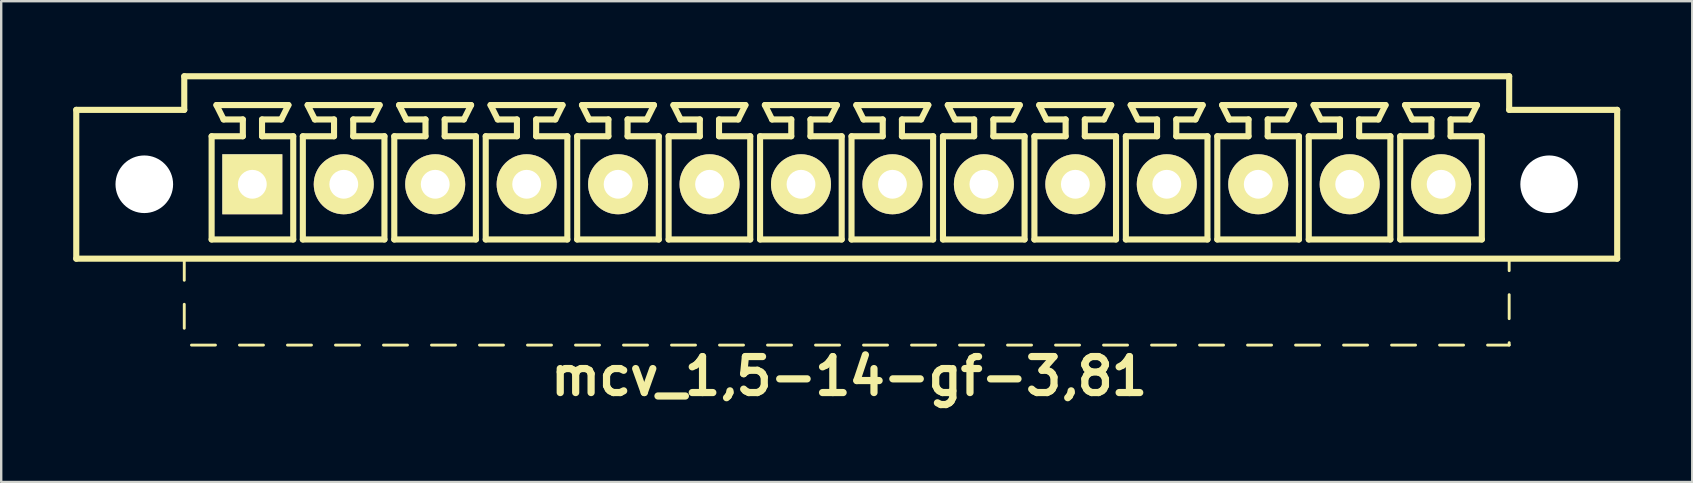
<source format=kicad_pcb>
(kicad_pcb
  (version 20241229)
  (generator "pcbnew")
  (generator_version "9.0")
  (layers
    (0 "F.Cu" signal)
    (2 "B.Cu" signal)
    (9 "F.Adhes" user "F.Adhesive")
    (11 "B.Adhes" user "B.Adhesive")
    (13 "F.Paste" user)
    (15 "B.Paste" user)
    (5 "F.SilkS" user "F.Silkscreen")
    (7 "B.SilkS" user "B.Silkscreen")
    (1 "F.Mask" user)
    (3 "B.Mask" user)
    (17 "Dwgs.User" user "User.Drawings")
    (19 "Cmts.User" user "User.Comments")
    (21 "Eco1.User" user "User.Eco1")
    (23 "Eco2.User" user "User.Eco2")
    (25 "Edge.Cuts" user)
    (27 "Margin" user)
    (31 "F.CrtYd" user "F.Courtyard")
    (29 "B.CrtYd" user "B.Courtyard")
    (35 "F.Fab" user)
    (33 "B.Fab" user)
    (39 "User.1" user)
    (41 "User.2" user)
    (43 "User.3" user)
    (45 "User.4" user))
  (footprint "mcv_1,5-14-gf-3,81"
    (layer "F.Cu")
    (at 32.227 4.627)
    (property "Reference" "mcv_1,5-14-gf-3,81" (at 0.1 8 0) (layer "F.SilkS") (effects (font (size 1.5 1.5) (thickness 0.3))))
    (attr through_hole)
    (fp_line (start -32.1 3.1) (end -32.1 -3.1) (stroke (width 0.254) (type solid)) (layer "F.SilkS"))
    (fp_line (start -32.1 3.1) (end 32.1 3.1) (stroke (width 0.254) (type solid)) (layer "F.SilkS"))
    (fp_line (start -27.6 -4.5) (end -27.6 -3.1) (stroke (width 0.254) (type solid)) (layer "F.SilkS"))
    (fp_line (start -27.6 -4.5) (end 27.6 -4.5) (stroke (width 0.254) (type solid)) (layer "F.SilkS"))
    (fp_line (start -27.6 -3.1) (end -32.1 -3.1) (stroke (width 0.254) (type solid)) (layer "F.SilkS"))
    (fp_line (start -27.6 3.1) (end -27.6 4) (stroke (width 0.12) (type solid)) (layer "F.SilkS"))
    (fp_line (start -27.6 5) (end -27.6 6) (stroke (width 0.12) (type solid)) (layer "F.SilkS"))
    (fp_line (start -27.3 6.7) (end -26.3 6.7) (stroke (width 0.12) (type solid)) (layer "F.SilkS"))
    (fp_line (start -26.46 -2) (end -25.16 -2) (stroke (width 0.254) (type solid)) (layer "F.SilkS"))
    (fp_line (start -26.46 2.3) (end -26.46 -2) (stroke (width 0.254) (type solid)) (layer "F.SilkS"))
    (fp_line (start -26.26 -3.3) (end -23.26 -3.3) (stroke (width 0.254) (type solid)) (layer "F.SilkS"))
    (fp_line (start -25.96 -2.7) (end -26.26 -3.3) (stroke (width 0.254) (type solid)) (layer "F.SilkS"))
    (fp_line (start -25.3 6.7) (end -24.3 6.7) (stroke (width 0.12) (type solid)) (layer "F.SilkS"))
    (fp_line (start -25.16 -2.7) (end -25.96 -2.7) (stroke (width 0.254) (type solid)) (layer "F.SilkS"))
    (fp_line (start -25.16 -2) (end -25.16 -2.7) (stroke (width 0.254) (type solid)) (layer "F.SilkS"))
    (fp_line (start -24.36 -2.7) (end -24.36 -2) (stroke (width 0.254) (type solid)) (layer "F.SilkS"))
    (fp_line (start -24.36 -2) (end -23.06 -2) (stroke (width 0.254) (type solid)) (layer "F.SilkS"))
    (fp_line (start -23.56 -2.7) (end -24.36 -2.7) (stroke (width 0.254) (type solid)) (layer "F.SilkS"))
    (fp_line (start -23.56 -2.7) (end -23.26 -3.3) (stroke (width 0.254) (type solid)) (layer "F.SilkS"))
    (fp_line (start -23.3 6.7) (end -22.3 6.7) (stroke (width 0.12) (type solid)) (layer "F.SilkS"))
    (fp_line (start -23.06 -2) (end -23.06 2.3) (stroke (width 0.254) (type solid)) (layer "F.SilkS"))
    (fp_line (start -23.06 2.3) (end -26.46 2.3) (stroke (width 0.254) (type solid)) (layer "F.SilkS"))
    (fp_line (start -22.66 -2) (end -21.36 -2) (stroke (width 0.254) (type solid)) (layer "F.SilkS"))
    (fp_line (start -22.66 2.3) (end -22.66 -2) (stroke (width 0.254) (type solid)) (layer "F.SilkS"))
    (fp_line (start -22.46 -3.3) (end -19.46 -3.3) (stroke (width 0.254) (type solid)) (layer "F.SilkS"))
    (fp_line (start -22.16 -2.7) (end -22.46 -3.3) (stroke (width 0.254) (type solid)) (layer "F.SilkS"))
    (fp_line (start -21.36 -2.7) (end -22.16 -2.7) (stroke (width 0.254) (type solid)) (layer "F.SilkS"))
    (fp_line (start -21.36 -2) (end -21.36 -2.7) (stroke (width 0.254) (type solid)) (layer "F.SilkS"))
    (fp_line (start -21.3 6.7) (end -20.3 6.7) (stroke (width 0.12) (type solid)) (layer "F.SilkS"))
    (fp_line (start -20.56 -2.7) (end -20.56 -2) (stroke (width 0.254) (type solid)) (layer "F.SilkS"))
    (fp_line (start -20.56 -2) (end -19.26 -2) (stroke (width 0.254) (type solid)) (layer "F.SilkS"))
    (fp_line (start -19.76 -2.7) (end -20.56 -2.7) (stroke (width 0.254) (type solid)) (layer "F.SilkS"))
    (fp_line (start -19.76 -2.7) (end -19.46 -3.3) (stroke (width 0.254) (type solid)) (layer "F.SilkS"))
    (fp_line (start -19.3 6.7) (end -18.3 6.7) (stroke (width 0.12) (type solid)) (layer "F.SilkS"))
    (fp_line (start -19.26 -2) (end -19.26 2.3) (stroke (width 0.254) (type solid)) (layer "F.SilkS"))
    (fp_line (start -19.26 2.3) (end -22.66 2.3) (stroke (width 0.254) (type solid)) (layer "F.SilkS"))
    (fp_line (start -18.85 -2) (end -17.55 -2) (stroke (width 0.254) (type solid)) (layer "F.SilkS"))
    (fp_line (start -18.85 2.3) (end -18.85 -2) (stroke (width 0.254) (type solid)) (layer "F.SilkS"))
    (fp_line (start -18.65 -3.3) (end -15.65 -3.3) (stroke (width 0.254) (type solid)) (layer "F.SilkS"))
    (fp_line (start -18.35 -2.7) (end -18.65 -3.3) (stroke (width 0.254) (type solid)) (layer "F.SilkS"))
    (fp_line (start -17.55 -2.7) (end -18.35 -2.7) (stroke (width 0.254) (type solid)) (layer "F.SilkS"))
    (fp_line (start -17.55 -2) (end -17.55 -2.7) (stroke (width 0.254) (type solid)) (layer "F.SilkS"))
    (fp_line (start -17.3 6.7) (end -16.3 6.7) (stroke (width 0.12) (type solid)) (layer "F.SilkS"))
    (fp_line (start -16.75 -2.7) (end -16.75 -2) (stroke (width 0.254) (type solid)) (layer "F.SilkS"))
    (fp_line (start -16.75 -2) (end -15.45 -2) (stroke (width 0.254) (type solid)) (layer "F.SilkS"))
    (fp_line (start -15.95 -2.7) (end -16.75 -2.7) (stroke (width 0.254) (type solid)) (layer "F.SilkS"))
    (fp_line (start -15.95 -2.7) (end -15.65 -3.3) (stroke (width 0.254) (type solid)) (layer "F.SilkS"))
    (fp_line (start -15.45 -2) (end -15.45 2.3) (stroke (width 0.254) (type solid)) (layer "F.SilkS"))
    (fp_line (start -15.45 2.3) (end -18.85 2.3) (stroke (width 0.254) (type solid)) (layer "F.SilkS"))
    (fp_line (start -15.3 6.7) (end -14.3 6.7) (stroke (width 0.12) (type solid)) (layer "F.SilkS"))
    (fp_line (start -15.04 -2) (end -13.74 -2) (stroke (width 0.254) (type solid)) (layer "F.SilkS"))
    (fp_line (start -15.04 2.3) (end -15.04 -2) (stroke (width 0.254) (type solid)) (layer "F.SilkS"))
    (fp_line (start -14.84 -3.3) (end -11.84 -3.3) (stroke (width 0.254) (type solid)) (layer "F.SilkS"))
    (fp_line (start -14.54 -2.7) (end -14.84 -3.3) (stroke (width 0.254) (type solid)) (layer "F.SilkS"))
    (fp_line (start -13.74 -2.7) (end -14.54 -2.7) (stroke (width 0.254) (type solid)) (layer "F.SilkS"))
    (fp_line (start -13.74 -2) (end -13.74 -2.7) (stroke (width 0.254) (type solid)) (layer "F.SilkS"))
    (fp_line (start -13.3 6.7) (end -12.3 6.7) (stroke (width 0.12) (type solid)) (layer "F.SilkS"))
    (fp_line (start -12.94 -2.7) (end -12.94 -2) (stroke (width 0.254) (type solid)) (layer "F.SilkS"))
    (fp_line (start -12.94 -2) (end -11.64 -2) (stroke (width 0.254) (type solid)) (layer "F.SilkS"))
    (fp_line (start -12.14 -2.7) (end -12.94 -2.7) (stroke (width 0.254) (type solid)) (layer "F.SilkS"))
    (fp_line (start -12.14 -2.7) (end -11.84 -3.3) (stroke (width 0.254) (type solid)) (layer "F.SilkS"))
    (fp_line (start -11.64 -2) (end -11.64 2.3) (stroke (width 0.254) (type solid)) (layer "F.SilkS"))
    (fp_line (start -11.64 2.3) (end -15.04 2.3) (stroke (width 0.254) (type solid)) (layer "F.SilkS"))
    (fp_line (start -11.3 6.7) (end -10.3 6.7) (stroke (width 0.12) (type solid)) (layer "F.SilkS"))
    (fp_line (start -11.23 -2) (end -9.93 -2) (stroke (width 0.254) (type solid)) (layer "F.SilkS"))
    (fp_line (start -11.23 2.3) (end -11.23 -2) (stroke (width 0.254) (type solid)) (layer "F.SilkS"))
    (fp_line (start -11.03 -3.3) (end -8.03 -3.3) (stroke (width 0.254) (type solid)) (layer "F.SilkS"))
    (fp_line (start -10.73 -2.7) (end -11.03 -3.3) (stroke (width 0.254) (type solid)) (layer "F.SilkS"))
    (fp_line (start -9.93 -2.7) (end -10.73 -2.7) (stroke (width 0.254) (type solid)) (layer "F.SilkS"))
    (fp_line (start -9.93 -2) (end -9.93 -2.7) (stroke (width 0.254) (type solid)) (layer "F.SilkS"))
    (fp_line (start -9.3 6.7) (end -8.3 6.7) (stroke (width 0.12) (type solid)) (layer "F.SilkS"))
    (fp_line (start -9.13 -2.7) (end -9.13 -2) (stroke (width 0.254) (type solid)) (layer "F.SilkS"))
    (fp_line (start -9.13 -2) (end -7.83 -2) (stroke (width 0.254) (type solid)) (layer "F.SilkS"))
    (fp_line (start -8.33 -2.7) (end -9.13 -2.7) (stroke (width 0.254) (type solid)) (layer "F.SilkS"))
    (fp_line (start -8.33 -2.7) (end -8.03 -3.3) (stroke (width 0.254) (type solid)) (layer "F.SilkS"))
    (fp_line (start -7.83 -2) (end -7.83 2.3) (stroke (width 0.254) (type solid)) (layer "F.SilkS"))
    (fp_line (start -7.83 2.3) (end -11.23 2.3) (stroke (width 0.254) (type solid)) (layer "F.SilkS"))
    (fp_line (start -7.42 -2) (end -6.12 -2) (stroke (width 0.254) (type solid)) (layer "F.SilkS"))
    (fp_line (start -7.42 2.3) (end -7.42 -2) (stroke (width 0.254) (type solid)) (layer "F.SilkS"))
    (fp_line (start -7.3 6.7) (end -6.3 6.7) (stroke (width 0.12) (type solid)) (layer "F.SilkS"))
    (fp_line (start -7.22 -3.3) (end -4.22 -3.3) (stroke (width 0.254) (type solid)) (layer "F.SilkS"))
    (fp_line (start -6.92 -2.7) (end -7.22 -3.3) (stroke (width 0.254) (type solid)) (layer "F.SilkS"))
    (fp_line (start -6.12 -2.7) (end -6.92 -2.7) (stroke (width 0.254) (type solid)) (layer "F.SilkS"))
    (fp_line (start -6.12 -2) (end -6.12 -2.7) (stroke (width 0.254) (type solid)) (layer "F.SilkS"))
    (fp_line (start -5.32 -2.7) (end -5.32 -2) (stroke (width 0.254) (type solid)) (layer "F.SilkS"))
    (fp_line (start -5.32 -2) (end -4.02 -2) (stroke (width 0.254) (type solid)) (layer "F.SilkS"))
    (fp_line (start -5.3 6.7) (end -4.3 6.7) (stroke (width 0.12) (type solid)) (layer "F.SilkS"))
    (fp_line (start -4.52 -2.7) (end -5.32 -2.7) (stroke (width 0.254) (type solid)) (layer "F.SilkS"))
    (fp_line (start -4.52 -2.7) (end -4.22 -3.3) (stroke (width 0.254) (type solid)) (layer "F.SilkS"))
    (fp_line (start -4.02 -2) (end -4.02 2.3) (stroke (width 0.254) (type solid)) (layer "F.SilkS"))
    (fp_line (start -4.02 2.3) (end -7.42 2.3) (stroke (width 0.254) (type solid)) (layer "F.SilkS"))
    (fp_line (start -3.61 -2) (end -2.31 -2) (stroke (width 0.254) (type solid)) (layer "F.SilkS"))
    (fp_line (start -3.61 2.3) (end -3.61 -2) (stroke (width 0.254) (type solid)) (layer "F.SilkS"))
    (fp_line (start -3.41 -3.3) (end -0.41 -3.3) (stroke (width 0.254) (type solid)) (layer "F.SilkS"))
    (fp_line (start -3.3 6.7) (end -2.3 6.7) (stroke (width 0.12) (type solid)) (layer "F.SilkS"))
    (fp_line (start -3.11 -2.7) (end -3.41 -3.3) (stroke (width 0.254) (type solid)) (layer "F.SilkS"))
    (fp_line (start -2.31 -2.7) (end -3.11 -2.7) (stroke (width 0.254) (type solid)) (layer "F.SilkS"))
    (fp_line (start -2.31 -2) (end -2.31 -2.7) (stroke (width 0.254) (type solid)) (layer "F.SilkS"))
    (fp_line (start -1.51 -2.7) (end -1.51 -2) (stroke (width 0.254) (type solid)) (layer "F.SilkS"))
    (fp_line (start -1.51 -2) (end -0.21 -2) (stroke (width 0.254) (type solid)) (layer "F.SilkS"))
    (fp_line (start -1.3 6.7) (end -0.3 6.7) (stroke (width 0.12) (type solid)) (layer "F.SilkS"))
    (fp_line (start -0.71 -2.7) (end -1.51 -2.7) (stroke (width 0.254) (type solid)) (layer "F.SilkS"))
    (fp_line (start -0.71 -2.7) (end -0.41 -3.3) (stroke (width 0.254) (type solid)) (layer "F.SilkS"))
    (fp_line (start -0.21 -2) (end -0.21 2.3) (stroke (width 0.254) (type solid)) (layer "F.SilkS"))
    (fp_line (start -0.21 2.3) (end -3.61 2.3) (stroke (width 0.254) (type solid)) (layer "F.SilkS"))
    (fp_line (start 0.2 -2) (end 1.5 -2) (stroke (width 0.254) (type solid)) (layer "F.SilkS"))
    (fp_line (start 0.2 2.3) (end 0.2 -2) (stroke (width 0.254) (type solid)) (layer "F.SilkS"))
    (fp_line (start 0.4 -3.3) (end 3.4 -3.3) (stroke (width 0.254) (type solid)) (layer "F.SilkS"))
    (fp_line (start 0.7 -2.7) (end 0.4 -3.3) (stroke (width 0.254) (type solid)) (layer "F.SilkS"))
    (fp_line (start 0.7 6.7) (end 1.7 6.7) (stroke (width 0.12) (type solid)) (layer "F.SilkS"))
    (fp_line (start 1.5 -2.7) (end 0.7 -2.7) (stroke (width 0.254) (type solid)) (layer "F.SilkS"))
    (fp_line (start 1.5 -2) (end 1.5 -2.7) (stroke (width 0.254) (type solid)) (layer "F.SilkS"))
    (fp_line (start 2.3 -2.7) (end 2.3 -2) (stroke (width 0.254) (type solid)) (layer "F.SilkS"))
    (fp_line (start 2.3 -2) (end 3.6 -2) (stroke (width 0.254) (type solid)) (layer "F.SilkS"))
    (fp_line (start 2.7 6.7) (end 3.7 6.7) (stroke (width 0.12) (type solid)) (layer "F.SilkS"))
    (fp_line (start 3.1 -2.7) (end 2.3 -2.7) (stroke (width 0.254) (type solid)) (layer "F.SilkS"))
    (fp_line (start 3.1 -2.7) (end 3.4 -3.3) (stroke (width 0.254) (type solid)) (layer "F.SilkS"))
    (fp_line (start 3.6 -2) (end 3.6 2.3) (stroke (width 0.254) (type solid)) (layer "F.SilkS"))
    (fp_line (start 3.6 2.3) (end 0.2 2.3) (stroke (width 0.254) (type solid)) (layer "F.SilkS"))
    (fp_line (start 4.01 -2) (end 5.31 -2) (stroke (width 0.254) (type solid)) (layer "F.SilkS"))
    (fp_line (start 4.01 2.3) (end 4.01 -2) (stroke (width 0.254) (type solid)) (layer "F.SilkS"))
    (fp_line (start 4.21 -3.3) (end 7.21 -3.3) (stroke (width 0.254) (type solid)) (layer "F.SilkS"))
    (fp_line (start 4.51 -2.7) (end 4.21 -3.3) (stroke (width 0.254) (type solid)) (layer "F.SilkS"))
    (fp_line (start 4.7 6.7) (end 5.7 6.7) (stroke (width 0.12) (type solid)) (layer "F.SilkS"))
    (fp_line (start 5.31 -2.7) (end 4.51 -2.7) (stroke (width 0.254) (type solid)) (layer "F.SilkS"))
    (fp_line (start 5.31 -2) (end 5.31 -2.7) (stroke (width 0.254) (type solid)) (layer "F.SilkS"))
    (fp_line (start 6.11 -2.7) (end 6.11 -2) (stroke (width 0.254) (type solid)) (layer "F.SilkS"))
    (fp_line (start 6.11 -2) (end 7.41 -2) (stroke (width 0.254) (type solid)) (layer "F.SilkS"))
    (fp_line (start 6.7 6.7) (end 7.7 6.7) (stroke (width 0.12) (type solid)) (layer "F.SilkS"))
    (fp_line (start 6.91 -2.7) (end 6.11 -2.7) (stroke (width 0.254) (type solid)) (layer "F.SilkS"))
    (fp_line (start 6.91 -2.7) (end 7.21 -3.3) (stroke (width 0.254) (type solid)) (layer "F.SilkS"))
    (fp_line (start 7.41 -2) (end 7.41 2.3) (stroke (width 0.254) (type solid)) (layer "F.SilkS"))
    (fp_line (start 7.41 2.3) (end 4.01 2.3) (stroke (width 0.254) (type solid)) (layer "F.SilkS"))
    (fp_line (start 7.82 -2) (end 9.12 -2) (stroke (width 0.254) (type solid)) (layer "F.SilkS"))
    (fp_line (start 7.82 2.3) (end 7.82 -2) (stroke (width 0.254) (type solid)) (layer "F.SilkS"))
    (fp_line (start 8.02 -3.3) (end 11.02 -3.3) (stroke (width 0.254) (type solid)) (layer "F.SilkS"))
    (fp_line (start 8.32 -2.7) (end 8.02 -3.3) (stroke (width 0.254) (type solid)) (layer "F.SilkS"))
    (fp_line (start 8.7 6.7) (end 9.7 6.7) (stroke (width 0.12) (type solid)) (layer "F.SilkS"))
    (fp_line (start 9.12 -2.7) (end 8.32 -2.7) (stroke (width 0.254) (type solid)) (layer "F.SilkS"))
    (fp_line (start 9.12 -2) (end 9.12 -2.7) (stroke (width 0.254) (type solid)) (layer "F.SilkS"))
    (fp_line (start 9.92 -2.7) (end 9.92 -2) (stroke (width 0.254) (type solid)) (layer "F.SilkS"))
    (fp_line (start 9.92 -2) (end 11.22 -2) (stroke (width 0.254) (type solid)) (layer "F.SilkS"))
    (fp_line (start 10.7 6.7) (end 11.7 6.7) (stroke (width 0.12) (type solid)) (layer "F.SilkS"))
    (fp_line (start 10.72 -2.7) (end 9.92 -2.7) (stroke (width 0.254) (type solid)) (layer "F.SilkS"))
    (fp_line (start 10.72 -2.7) (end 11.02 -3.3) (stroke (width 0.254) (type solid)) (layer "F.SilkS"))
    (fp_line (start 11.22 -2) (end 11.22 2.3) (stroke (width 0.254) (type solid)) (layer "F.SilkS"))
    (fp_line (start 11.22 2.3) (end 7.82 2.3) (stroke (width 0.254) (type solid)) (layer "F.SilkS"))
    (fp_line (start 11.63 -2) (end 12.93 -2) (stroke (width 0.254) (type solid)) (layer "F.SilkS"))
    (fp_line (start 11.63 2.3) (end 11.63 -2) (stroke (width 0.254) (type solid)) (layer "F.SilkS"))
    (fp_line (start 11.83 -3.3) (end 14.83 -3.3) (stroke (width 0.254) (type solid)) (layer "F.SilkS"))
    (fp_line (start 12.13 -2.7) (end 11.83 -3.3) (stroke (width 0.254) (type solid)) (layer "F.SilkS"))
    (fp_line (start 12.7 6.7) (end 13.7 6.7) (stroke (width 0.12) (type solid)) (layer "F.SilkS"))
    (fp_line (start 12.93 -2.7) (end 12.13 -2.7) (stroke (width 0.254) (type solid)) (layer "F.SilkS"))
    (fp_line (start 12.93 -2) (end 12.93 -2.7) (stroke (width 0.254) (type solid)) (layer "F.SilkS"))
    (fp_line (start 13.73 -2.7) (end 13.73 -2) (stroke (width 0.254) (type solid)) (layer "F.SilkS"))
    (fp_line (start 13.73 -2) (end 15.03 -2) (stroke (width 0.254) (type solid)) (layer "F.SilkS"))
    (fp_line (start 14.53 -2.7) (end 13.73 -2.7) (stroke (width 0.254) (type solid)) (layer "F.SilkS"))
    (fp_line (start 14.53 -2.7) (end 14.83 -3.3) (stroke (width 0.254) (type solid)) (layer "F.SilkS"))
    (fp_line (start 14.7 6.7) (end 15.7 6.7) (stroke (width 0.12) (type solid)) (layer "F.SilkS"))
    (fp_line (start 15.03 -2) (end 15.03 2.3) (stroke (width 0.254) (type solid)) (layer "F.SilkS"))
    (fp_line (start 15.03 2.3) (end 11.63 2.3) (stroke (width 0.254) (type solid)) (layer "F.SilkS"))
    (fp_line (start 15.44 -2) (end 16.74 -2) (stroke (width 0.254) (type solid)) (layer "F.SilkS"))
    (fp_line (start 15.44 2.3) (end 15.44 -2) (stroke (width 0.254) (type solid)) (layer "F.SilkS"))
    (fp_line (start 15.64 -3.3) (end 18.64 -3.3) (stroke (width 0.254) (type solid)) (layer "F.SilkS"))
    (fp_line (start 15.94 -2.7) (end 15.64 -3.3) (stroke (width 0.254) (type solid)) (layer "F.SilkS"))
    (fp_line (start 16.7 6.7) (end 17.7 6.7) (stroke (width 0.12) (type solid)) (layer "F.SilkS"))
    (fp_line (start 16.74 -2.7) (end 15.94 -2.7) (stroke (width 0.254) (type solid)) (layer "F.SilkS"))
    (fp_line (start 16.74 -2) (end 16.74 -2.7) (stroke (width 0.254) (type solid)) (layer "F.SilkS"))
    (fp_line (start 17.54 -2.7) (end 17.54 -2) (stroke (width 0.254) (type solid)) (layer "F.SilkS"))
    (fp_line (start 17.54 -2) (end 18.84 -2) (stroke (width 0.254) (type solid)) (layer "F.SilkS"))
    (fp_line (start 18.34 -2.7) (end 17.54 -2.7) (stroke (width 0.254) (type solid)) (layer "F.SilkS"))
    (fp_line (start 18.34 -2.7) (end 18.64 -3.3) (stroke (width 0.254) (type solid)) (layer "F.SilkS"))
    (fp_line (start 18.7 6.7) (end 19.7 6.7) (stroke (width 0.12) (type solid)) (layer "F.SilkS"))
    (fp_line (start 18.84 -2) (end 18.84 2.3) (stroke (width 0.254) (type solid)) (layer "F.SilkS"))
    (fp_line (start 18.84 2.3) (end 15.44 2.3) (stroke (width 0.254) (type solid)) (layer "F.SilkS"))
    (fp_line (start 19.25 -2) (end 20.55 -2) (stroke (width 0.254) (type solid)) (layer "F.SilkS"))
    (fp_line (start 19.25 2.3) (end 19.25 -2) (stroke (width 0.254) (type solid)) (layer "F.SilkS"))
    (fp_line (start 19.45 -3.3) (end 22.45 -3.3) (stroke (width 0.254) (type solid)) (layer "F.SilkS"))
    (fp_line (start 19.75 -2.7) (end 19.45 -3.3) (stroke (width 0.254) (type solid)) (layer "F.SilkS"))
    (fp_line (start 20.55 -2.7) (end 19.75 -2.7) (stroke (width 0.254) (type solid)) (layer "F.SilkS"))
    (fp_line (start 20.55 -2) (end 20.55 -2.7) (stroke (width 0.254) (type solid)) (layer "F.SilkS"))
    (fp_line (start 20.7 6.7) (end 21.7 6.7) (stroke (width 0.12) (type solid)) (layer "F.SilkS"))
    (fp_line (start 21.35 -2.7) (end 21.35 -2) (stroke (width 0.254) (type solid)) (layer "F.SilkS"))
    (fp_line (start 21.35 -2) (end 22.65 -2) (stroke (width 0.254) (type solid)) (layer "F.SilkS"))
    (fp_line (start 22.15 -2.7) (end 21.35 -2.7) (stroke (width 0.254) (type solid)) (layer "F.SilkS"))
    (fp_line (start 22.15 -2.7) (end 22.45 -3.3) (stroke (width 0.254) (type solid)) (layer "F.SilkS"))
    (fp_line (start 22.65 -2) (end 22.65 2.3) (stroke (width 0.254) (type solid)) (layer "F.SilkS"))
    (fp_line (start 22.65 2.3) (end 19.25 2.3) (stroke (width 0.254) (type solid)) (layer "F.SilkS"))
    (fp_line (start 22.7 6.7) (end 23.7 6.7) (stroke (width 0.12) (type solid)) (layer "F.SilkS"))
    (fp_line (start 23.06 -2) (end 24.36 -2) (stroke (width 0.254) (type solid)) (layer "F.SilkS"))
    (fp_line (start 23.06 2.3) (end 23.06 -2) (stroke (width 0.254) (type solid)) (layer "F.SilkS"))
    (fp_line (start 23.26 -3.3) (end 26.26 -3.3) (stroke (width 0.254) (type solid)) (layer "F.SilkS"))
    (fp_line (start 23.56 -2.7) (end 23.26 -3.3) (stroke (width 0.254) (type solid)) (layer "F.SilkS"))
    (fp_line (start 24.36 -2.7) (end 23.56 -2.7) (stroke (width 0.254) (type solid)) (layer "F.SilkS"))
    (fp_line (start 24.36 -2) (end 24.36 -2.7) (stroke (width 0.254) (type solid)) (layer "F.SilkS"))
    (fp_line (start 24.7 6.7) (end 25.7 6.7) (stroke (width 0.12) (type solid)) (layer "F.SilkS"))
    (fp_line (start 25.16 -2.7) (end 25.16 -2) (stroke (width 0.254) (type solid)) (layer "F.SilkS"))
    (fp_line (start 25.16 -2) (end 26.46 -2) (stroke (width 0.254) (type solid)) (layer "F.SilkS"))
    (fp_line (start 25.96 -2.7) (end 25.16 -2.7) (stroke (width 0.254) (type solid)) (layer "F.SilkS"))
    (fp_line (start 25.96 -2.7) (end 26.26 -3.3) (stroke (width 0.254) (type solid)) (layer "F.SilkS"))
    (fp_line (start 26.46 -2) (end 26.46 2.3) (stroke (width 0.254) (type solid)) (layer "F.SilkS"))
    (fp_line (start 26.46 2.3) (end 23.06 2.3) (stroke (width 0.254) (type solid)) (layer "F.SilkS"))
    (fp_line (start 26.7 6.7) (end 27.6 6.7) (stroke (width 0.12) (type solid)) (layer "F.SilkS"))
    (fp_line (start 27.6 -4.5) (end 27.6 -3.1) (stroke (width 0.254) (type solid)) (layer "F.SilkS"))
    (fp_line (start 27.6 -3.1) (end 32.1 -3.1) (stroke (width 0.254) (type solid)) (layer "F.SilkS"))
    (fp_line (start 27.6 3.6) (end 27.6 3.1) (stroke (width 0.12) (type solid)) (layer "F.SilkS"))
    (fp_line (start 27.6 5.6) (end 27.6 4.6) (stroke (width 0.12) (type solid)) (layer "F.SilkS"))
    (fp_line (start 27.6 6.7) (end 27.6 6.6) (stroke (width 0.12) (type solid)) (layer "F.SilkS"))
    (fp_line (start 32.1 3.1) (end 32.1 -3.1) (stroke (width 0.254) (type solid)) (layer "F.SilkS"))
    (pad "" np_thru_hole circle (at -29.265 0) (size 2.4 2.4) (drill 2.4) (layers "*.Cu" "*.Mask"))
    (pad "" np_thru_hole circle (at 29.265 0) (size 2.4 2.4) (drill 2.4) (layers "*.Cu" "*.Mask"))
    (pad "1" thru_hole rect (at -24.765 0) (size 2.5 2.5) (drill 1.2) (layers "*.Cu" "*.Mask" "F.SilkS"))
    (pad "2" thru_hole circle (at -20.955 0) (size 2.5 2.5) (drill 1.2) (layers "*.Cu" "*.Mask" "F.SilkS"))
    (pad "3.1" thru_hole circle (at -17.145 0) (size 2.5 2.5) (drill 1.2) (layers "*.Cu" "*.Mask" "F.SilkS"))
    (pad "4" thru_hole circle (at -13.335 0) (size 2.5 2.5) (drill 1.2) (layers "*.Cu" "*.Mask" "F.SilkS"))
    (pad "5" thru_hole circle (at -9.525 0) (size 2.5 2.5) (drill 1.2) (layers "*.Cu" "*.Mask" "F.SilkS"))
    (pad "6" thru_hole circle (at -5.715 0) (size 2.5 2.5) (drill 1.2) (layers "*.Cu" "*.Mask" "F.SilkS"))
    (pad "7" thru_hole circle (at -1.905 0) (size 2.5 2.5) (drill 1.2) (layers "*.Cu" "*.Mask" "F.SilkS"))
    (pad "8" thru_hole circle (at 1.905 0) (size 2.5 2.5) (drill 1.2) (layers "*.Cu" "*.Mask" "F.SilkS"))
    (pad "9" thru_hole circle (at 5.715 0) (size 2.5 2.5) (drill 1.2) (layers "*.Cu" "*.Mask" "F.SilkS"))
    (pad "10" thru_hole circle (at 9.525 0) (size 2.5 2.5) (drill 1.2) (layers "*.Cu" "*.Mask" "F.SilkS"))
    (pad "11" thru_hole circle (at 13.335 0) (size 2.5 2.5) (drill 1.2) (layers "*.Cu" "*.Mask" "F.SilkS"))
    (pad "12" thru_hole circle (at 17.145 0) (size 2.5 2.5) (drill 1.2) (layers "*.Cu" "*.Mask" "F.SilkS"))
    (pad "13" thru_hole circle (at 20.955 0) (size 2.5 2.5) (drill 1.2) (layers "*.Cu" "*.Mask" "F.SilkS"))
    (pad "14" thru_hole circle (at 24.765 0) (size 2.5 2.5) (drill 1.2) (layers "*.Cu" "*.Mask" "F.SilkS")))
  (gr_rect
    (start -3 -3)
    (end 67.454 17.031)
    (stroke (width 0.1) (type default))
    (fill no)
    (layer "Edge.Cuts")))
</source>
